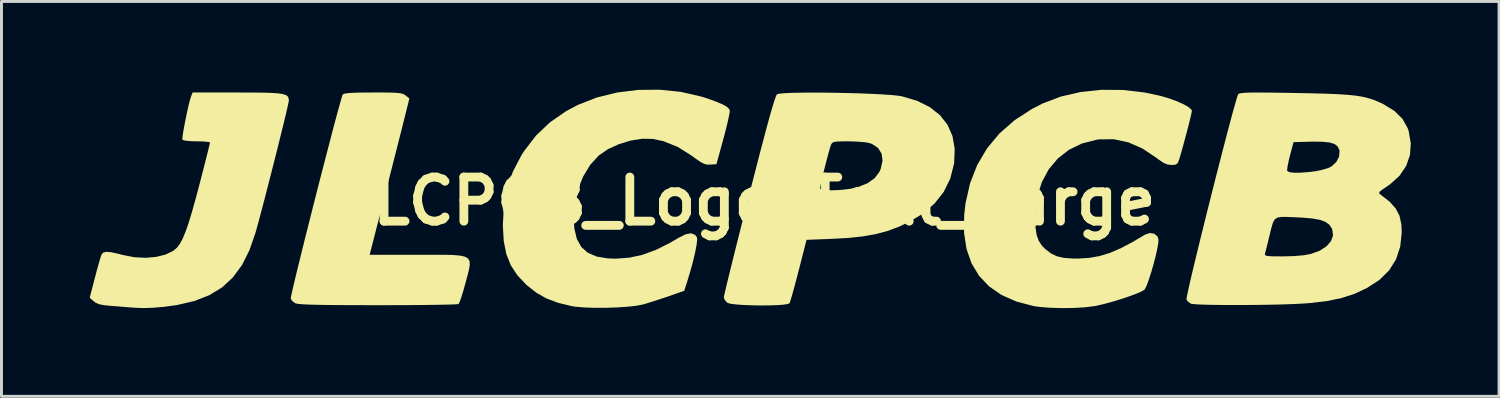
<source format=kicad_pcb>
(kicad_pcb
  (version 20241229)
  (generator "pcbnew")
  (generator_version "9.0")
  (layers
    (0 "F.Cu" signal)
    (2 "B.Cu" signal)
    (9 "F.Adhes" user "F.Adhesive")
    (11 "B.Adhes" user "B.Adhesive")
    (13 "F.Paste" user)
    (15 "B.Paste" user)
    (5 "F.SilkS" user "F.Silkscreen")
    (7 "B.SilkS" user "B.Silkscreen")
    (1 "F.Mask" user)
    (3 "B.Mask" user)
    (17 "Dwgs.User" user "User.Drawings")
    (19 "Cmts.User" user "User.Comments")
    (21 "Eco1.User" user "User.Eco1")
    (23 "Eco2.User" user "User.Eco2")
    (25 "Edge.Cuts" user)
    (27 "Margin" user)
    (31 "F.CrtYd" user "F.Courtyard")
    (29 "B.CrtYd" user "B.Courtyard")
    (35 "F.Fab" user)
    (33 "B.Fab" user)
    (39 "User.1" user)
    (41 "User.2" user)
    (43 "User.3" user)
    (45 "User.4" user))
  (footprint "JLCPCB_Logo_Text_Large"
    (layer "F.Cu")
    (at 22.365 3.792)
    (property "Reference" "JLCPCB_Logo_Text_Large" (at 0 0 0) (layer "F.SilkS") (effects (font (size 1.5 1.5) (thickness 0.3))))
    (attr board_only exclude_from_pos_files exclude_from_bom)
    (fp_poly (pts (xy -12.375 -3.697) (xy -12.114 -3.693) (xy -11.928 -3.684) (xy -11.8 -3.67) (xy -11.713 -3.649) (xy -11.652 -3.618) (xy -11.621 -3.595) (xy -11.495 -3.493) (xy -11.694 -2.698) (xy -11.756 -2.451) (xy -11.84 -2.119) (xy -11.941 -1.722) (xy -12.054 -1.279) (xy -12.173 -0.81) (xy -12.295 -0.332) (xy -12.37 -0.04) (xy -12.846 1.822) (xy -11.227 1.822) (xy -10.724 1.821) (xy -10.319 1.821) (xy -10.003 1.829) (xy -9.767 1.849) (xy -9.602 1.887) (xy -9.498 1.949) (xy -9.448 2.041) (xy -9.442 2.166) (xy -9.47 2.333) (xy -9.524 2.544) (xy -9.595 2.808) (xy -9.598 2.819) (xy -9.667 3.067) (xy -9.732 3.277) (xy -9.787 3.427) (xy -9.825 3.495) (xy -9.825 3.496) (xy -9.89 3.503) (xy -10.051 3.511) (xy -10.298 3.517) (xy -10.621 3.523) (xy -11.009 3.528) (xy -11.452 3.532) (xy -11.94 3.534) (xy -12.461 3.535) (xy -12.566 3.535) (xy -13.211 3.534) (xy -13.756 3.532) (xy -14.209 3.529) (xy -14.576 3.523) (xy -14.865 3.516) (xy -15.083 3.507) (xy -15.238 3.495) (xy -15.336 3.481) (xy -15.379 3.468) (xy -15.484 3.388) (xy -15.53 3.311) (xy -15.52 3.243) (xy -15.485 3.083) (xy -15.429 2.84) (xy -15.354 2.525) (xy -15.262 2.149) (xy -15.157 1.722) (xy -15.041 1.255) (xy -14.916 0.759) (xy -14.786 0.244) (xy -14.653 -0.279) (xy -14.52 -0.8) (xy -14.389 -1.307) (xy -14.263 -1.791) (xy -14.146 -2.241) (xy -14.039 -2.646) (xy -13.945 -2.996) (xy -13.867 -3.279) (xy -13.809 -3.486) (xy -13.771 -3.605) (xy -13.76 -3.63) (xy -13.706 -3.656) (xy -13.584 -3.675) (xy -13.385 -3.688) (xy -13.099 -3.695) (xy -12.726 -3.697)) (stroke (width 0) (type solid)) (fill yes) (layer "F.SilkS"))
    (fp_poly (pts (xy -16.867 -3.696) (xy -16.483 -3.692) (xy -16.184 -3.683) (xy -15.961 -3.668) (xy -15.802 -3.644) (xy -15.696 -3.611) (xy -15.633 -3.566) (xy -15.603 -3.507) (xy -15.594 -3.434) (xy -15.594 -3.419) (xy -15.607 -3.343) (xy -15.644 -3.176) (xy -15.701 -2.932) (xy -15.775 -2.624) (xy -15.864 -2.265) (xy -15.962 -1.868) (xy -16.068 -1.447) (xy -16.178 -1.014) (xy -16.289 -0.583) (xy -16.396 -0.166) (xy -16.497 0.222) (xy -16.589 0.568) (xy -16.668 0.86) (xy -16.728 1.072) (xy -16.933 1.666) (xy -17.186 2.169) (xy -17.494 2.588) (xy -17.862 2.929) (xy -18.299 3.195) (xy -18.81 3.394) (xy -19.404 3.531) (xy -19.827 3.589) (xy -20.223 3.623) (xy -20.56 3.633) (xy -20.883 3.619) (xy -21.006 3.609) (xy -21.15 3.597) (xy -21.359 3.58) (xy -21.594 3.562) (xy -21.638 3.559) (xy -21.882 3.535) (xy -22.047 3.502) (xy -22.163 3.451) (xy -22.224 3.405) (xy -22.365 3.284) (xy -22.186 2.593) (xy -22.116 2.328) (xy -22.051 2.096) (xy -21.998 1.917) (xy -21.964 1.816) (xy -21.96 1.809) (xy -21.903 1.746) (xy -21.802 1.721) (xy -21.641 1.733) (xy -21.405 1.784) (xy -21.234 1.829) (xy -20.852 1.904) (xy -20.468 1.924) (xy -20.105 1.893) (xy -19.783 1.813) (xy -19.524 1.687) (xy -19.391 1.573) (xy -19.298 1.446) (xy -19.204 1.271) (xy -19.107 1.038) (xy -19.002 0.738) (xy -18.887 0.361) (xy -18.757 -0.103) (xy -18.644 -0.529) (xy -18.547 -0.904) (xy -18.46 -1.245) (xy -18.385 -1.538) (xy -18.327 -1.77) (xy -18.289 -1.927) (xy -18.274 -1.995) (xy -18.273 -1.996) (xy -18.323 -2.014) (xy -18.454 -2.028) (xy -18.644 -2.036) (xy -18.725 -2.036) (xy -18.936 -2.042) (xy -19.103 -2.058) (xy -19.199 -2.081) (xy -19.211 -2.09) (xy -19.212 -2.159) (xy -19.193 -2.308) (xy -19.158 -2.513) (xy -19.112 -2.752) (xy -19.061 -3) (xy -19.009 -3.234) (xy -18.96 -3.429) (xy -18.919 -3.562) (xy -18.914 -3.577) (xy -18.865 -3.697) (xy -17.348 -3.697)) (stroke (width 0) (type solid)) (fill yes) (layer "F.SilkS"))
    (fp_poly (pts (xy -2.258 -3.717) (xy -1.563 -3.557) (xy -1.412 -3.509) (xy -1.084 -3.393) (xy -0.851 -3.295) (xy -0.699 -3.21) (xy -0.619 -3.131) (xy -0.601 -3.081) (xy -0.609 -2.995) (xy -0.643 -2.826) (xy -0.696 -2.593) (xy -0.766 -2.317) (xy -0.819 -2.117) (xy -1.054 -1.259) (xy -1.264 -1.245) (xy -1.374 -1.245) (xy -1.478 -1.272) (xy -1.601 -1.338) (xy -1.769 -1.453) (xy -1.89 -1.543) (xy -2.366 -1.844) (xy -2.855 -2.041) (xy -3.215 -2.118) (xy -3.577 -2.125) (xy -3.976 -2.061) (xy -4.378 -1.938) (xy -4.749 -1.766) (xy -5.055 -1.555) (xy -5.062 -1.549) (xy -5.346 -1.236) (xy -5.583 -0.847) (xy -5.763 -0.406) (xy -5.876 0.063) (xy -5.912 0.482) (xy -5.887 0.924) (xy -5.802 1.28) (xy -5.651 1.554) (xy -5.429 1.752) (xy -5.131 1.881) (xy -4.752 1.944) (xy -4.474 1.953) (xy -4.02 1.92) (xy -3.574 1.824) (xy -3.118 1.657) (xy -2.631 1.414) (xy -2.346 1.247) (xy -2.104 1.124) (xy -1.917 1.09) (xy -1.781 1.144) (xy -1.718 1.226) (xy -1.71 1.32) (xy -1.732 1.499) (xy -1.78 1.746) (xy -1.85 2.043) (xy -1.94 2.374) (xy -2.045 2.721) (xy -2.068 2.795) (xy -2.149 3.045) (xy -2.695 3.236) (xy -2.963 3.326) (xy -3.232 3.414) (xy -3.464 3.485) (xy -3.564 3.513) (xy -3.79 3.556) (xy -4.096 3.589) (xy -4.454 3.612) (xy -4.836 3.624) (xy -5.214 3.624) (xy -5.562 3.612) (xy -5.851 3.586) (xy -5.975 3.567) (xy -6.442 3.453) (xy -6.832 3.307) (xy -7.174 3.114) (xy -7.495 2.862) (xy -7.524 2.835) (xy -7.824 2.518) (xy -8.047 2.177) (xy -8.199 1.796) (xy -8.286 1.357) (xy -8.316 0.842) (xy -8.316 0.804) (xy -8.281 0.148) (xy -8.17 -0.448) (xy -7.976 -1.006) (xy -7.694 -1.548) (xy -7.6 -1.697) (xy -7.197 -2.224) (xy -6.724 -2.676) (xy -6.173 -3.058) (xy -5.771 -3.273) (xy -5.132 -3.524) (xy -4.44 -3.695) (xy -3.717 -3.785) (xy -2.983 -3.792)) (stroke (width 0) (type solid)) (fill yes) (layer "F.SilkS"))
    (fp_poly (pts (xy 12.767 -3.783) (xy 13.507 -3.697) (xy 14.032 -3.585) (xy 14.324 -3.5) (xy 14.594 -3.402) (xy 14.825 -3.299) (xy 14.998 -3.2) (xy 15.096 -3.114) (xy 15.111 -3.076) (xy 15.098 -2.997) (xy 15.061 -2.836) (xy 15.007 -2.616) (xy 14.941 -2.359) (xy 14.868 -2.087) (xy 14.796 -1.821) (xy 14.729 -1.585) (xy 14.675 -1.407) (xy 14.627 -1.291) (xy 14.552 -1.242) (xy 14.417 -1.232) (xy 14.282 -1.249) (xy 14.144 -1.307) (xy 13.973 -1.423) (xy 13.899 -1.48) (xy 13.426 -1.795) (xy 12.946 -2.004) (xy 12.459 -2.107) (xy 11.967 -2.104) (xy 11.868 -2.09) (xy 11.369 -1.961) (xy 10.928 -1.746) (xy 10.551 -1.451) (xy 10.243 -1.083) (xy 10.009 -0.648) (xy 9.855 -0.155) (xy 9.786 0.391) (xy 9.783 0.536) (xy 9.793 0.881) (xy 9.832 1.145) (xy 9.905 1.35) (xy 10.02 1.519) (xy 10.124 1.624) (xy 10.316 1.773) (xy 10.52 1.871) (xy 10.763 1.927) (xy 11.071 1.949) (xy 11.253 1.949) (xy 11.618 1.927) (xy 11.966 1.866) (xy 12.316 1.76) (xy 12.687 1.602) (xy 13.1 1.384) (xy 13.514 1.138) (xy 13.679 1.081) (xy 13.831 1.104) (xy 13.941 1.196) (xy 13.976 1.299) (xy 13.969 1.422) (xy 13.935 1.617) (xy 13.881 1.859) (xy 13.811 2.127) (xy 13.735 2.395) (xy 13.656 2.642) (xy 13.584 2.843) (xy 13.523 2.975) (xy 13.497 3.01) (xy 13.391 3.072) (xy 13.204 3.152) (xy 12.959 3.242) (xy 12.678 3.335) (xy 12.385 3.424) (xy 12.102 3.5) (xy 11.853 3.557) (xy 11.802 3.566) (xy 11.483 3.606) (xy 11.099 3.629) (xy 10.686 3.634) (xy 10.282 3.622) (xy 9.922 3.593) (xy 9.726 3.564) (xy 9.141 3.41) (xy 8.637 3.187) (xy 8.215 2.895) (xy 7.875 2.536) (xy 7.62 2.113) (xy 7.449 1.626) (xy 7.365 1.078) (xy 7.369 0.47) (xy 7.415 0.07) (xy 7.569 -0.61) (xy 7.813 -1.234) (xy 8.148 -1.8) (xy 8.572 -2.308) (xy 9.085 -2.756) (xy 9.685 -3.144) (xy 10.047 -3.328) (xy 10.657 -3.559) (xy 11.325 -3.713) (xy 12.034 -3.788)) (stroke (width 0) (type solid)) (fill yes) (layer "F.SilkS"))
    (fp_poly (pts (xy 2.592 -3.692) (xy 3.011 -3.687) (xy 3.434 -3.678) (xy 3.849 -3.666) (xy 4.24 -3.65) (xy 4.592 -3.632) (xy 4.892 -3.611) (xy 5.124 -3.588) (xy 5.251 -3.567) (xy 5.765 -3.416) (xy 6.197 -3.202) (xy 6.544 -2.928) (xy 6.803 -2.598) (xy 6.972 -2.215) (xy 7.047 -1.782) (xy 7.028 -1.304) (xy 7.022 -1.267) (xy 6.896 -0.769) (xy 6.674 -0.318) (xy 6.358 0.083) (xy 5.95 0.431) (xy 5.527 0.688) (xy 5.14 0.871) (xy 4.755 1.014) (xy 4.349 1.121) (xy 3.901 1.199) (xy 3.389 1.251) (xy 2.867 1.279) (xy 2.009 1.313) (xy 1.742 2.358) (xy 1.658 2.68) (xy 1.58 2.969) (xy 1.514 3.207) (xy 1.463 3.378) (xy 1.433 3.465) (xy 1.43 3.47) (xy 1.359 3.498) (xy 1.202 3.52) (xy 0.98 3.535) (xy 0.712 3.542) (xy 0.42 3.544) (xy 0.125 3.538) (xy -0.154 3.527) (xy -0.394 3.509) (xy -0.577 3.486) (xy -0.68 3.456) (xy -0.685 3.453) (xy -0.774 3.355) (xy -0.804 3.267) (xy -0.791 3.199) (xy -0.753 3.036) (xy -0.694 2.786) (xy -0.614 2.46) (xy -0.517 2.066) (xy -0.404 1.614) (xy -0.278 1.111) (xy -0.141 0.567) (xy 0.005 -0.008) (xy 0.054 -0.199) (xy 0.113 -0.432) (xy 2.465 -0.432) (xy 2.514 -0.397) (xy 2.646 -0.378) (xy 2.836 -0.371) (xy 3.062 -0.378) (xy 3.3 -0.397) (xy 3.525 -0.427) (xy 3.716 -0.468) (xy 3.748 -0.477) (xy 4.083 -0.612) (xy 4.326 -0.784) (xy 4.488 -1.002) (xy 4.53 -1.095) (xy 4.593 -1.374) (xy 4.562 -1.616) (xy 4.441 -1.81) (xy 4.237 -1.946) (xy 4.14 -1.98) (xy 3.997 -2.005) (xy 3.783 -2.024) (xy 3.534 -2.035) (xy 3.415 -2.036) (xy 3.173 -2.035) (xy 3.017 -2.027) (xy 2.924 -2.008) (xy 2.873 -1.974) (xy 2.842 -1.92) (xy 2.84 -1.916) (xy 2.809 -1.822) (xy 2.761 -1.653) (xy 2.702 -1.433) (xy 2.639 -1.188) (xy 2.577 -0.942) (xy 2.524 -0.719) (xy 2.485 -0.544) (xy 2.466 -0.443) (xy 2.465 -0.432) (xy 0.113 -0.432) (xy 0.245 -0.945) (xy 0.411 -1.591) (xy 0.556 -2.14) (xy 0.678 -2.597) (xy 0.78 -2.965) (xy 0.863 -3.249) (xy 0.927 -3.453) (xy 0.973 -3.58) (xy 1.004 -3.635) (xy 1.005 -3.636) (xy 1.087 -3.657) (xy 1.261 -3.673) (xy 1.513 -3.685) (xy 1.829 -3.691) (xy 2.193 -3.694)) (stroke (width 0) (type solid)) (fill yes) (layer "F.SilkS"))
    (fp_poly (pts (xy 17.558 -3.695) (xy 17.935 -3.691) (xy 18.404 -3.684) (xy 18.621 -3.68) (xy 19.193 -3.669) (xy 19.671 -3.656) (xy 20.067 -3.64) (xy 20.394 -3.619) (xy 20.665 -3.592) (xy 20.892 -3.557) (xy 21.088 -3.511) (xy 21.266 -3.455) (xy 21.439 -3.386) (xy 21.619 -3.302) (xy 21.633 -3.295) (xy 22.001 -3.069) (xy 22.272 -2.8) (xy 22.448 -2.487) (xy 22.481 -2.391) (xy 22.555 -1.97) (xy 22.527 -1.57) (xy 22.398 -1.199) (xy 22.171 -0.865) (xy 21.85 -0.575) (xy 21.77 -0.52) (xy 21.599 -0.405) (xy 21.505 -0.332) (xy 21.477 -0.285) (xy 21.501 -0.245) (xy 21.542 -0.214) (xy 21.839 0.019) (xy 22.044 0.249) (xy 22.172 0.498) (xy 22.235 0.79) (xy 22.247 1.064) (xy 22.196 1.542) (xy 22.054 1.972) (xy 21.821 2.347) (xy 21.503 2.662) (xy 21.448 2.703) (xy 21.064 2.95) (xy 20.655 3.144) (xy 20.202 3.291) (xy 19.69 3.397) (xy 19.1 3.465) (xy 18.782 3.486) (xy 18.463 3.5) (xy 18.096 3.512) (xy 17.696 3.52) (xy 17.278 3.526) (xy 16.856 3.529) (xy 16.447 3.529) (xy 16.064 3.527) (xy 15.723 3.522) (xy 15.439 3.514) (xy 15.226 3.503) (xy 15.1 3.49) (xy 15.079 3.484) (xy 14.971 3.406) (xy 14.928 3.341) (xy 14.935 3.275) (xy 14.967 3.116) (xy 15.02 2.874) (xy 15.092 2.56) (xy 15.181 2.184) (xy 15.269 1.822) (xy 17.594 1.822) (xy 17.623 1.848) (xy 17.702 1.864) (xy 17.847 1.873) (xy 18.076 1.875) (xy 18.205 1.876) (xy 18.591 1.865) (xy 18.92 1.836) (xy 19.157 1.793) (xy 19.458 1.683) (xy 19.69 1.532) (xy 19.845 1.354) (xy 19.912 1.157) (xy 19.883 0.955) (xy 19.871 0.926) (xy 19.785 0.799) (xy 19.655 0.703) (xy 19.467 0.634) (xy 19.207 0.587) (xy 18.86 0.557) (xy 18.672 0.548) (xy 18.374 0.535) (xy 18.164 0.533) (xy 18.022 0.556) (xy 17.929 0.617) (xy 17.866 0.732) (xy 17.812 0.914) (xy 17.749 1.178) (xy 17.736 1.232) (xy 17.682 1.45) (xy 17.635 1.636) (xy 17.603 1.759) (xy 17.597 1.782) (xy 17.594 1.822) (xy 15.269 1.822) (xy 15.284 1.758) (xy 15.398 1.291) (xy 15.521 0.795) (xy 15.649 0.28) (xy 15.781 -0.245) (xy 15.913 -0.767) (xy 15.986 -1.052) (xy 18.349 -1.052) (xy 18.352 -1.032) (xy 18.421 -0.99) (xy 18.58 -0.969) (xy 18.811 -0.97) (xy 19.099 -0.993) (xy 19.313 -1.02) (xy 19.531 -1.064) (xy 19.731 -1.124) (xy 19.856 -1.18) (xy 20.021 -1.331) (xy 20.118 -1.521) (xy 20.132 -1.717) (xy 20.127 -1.74) (xy 20.07 -1.86) (xy 19.962 -1.945) (xy 19.789 -1.998) (xy 19.537 -2.023) (xy 19.194 -2.025) (xy 19.17 -2.025) (xy 18.568 -2.009) (xy 18.447 -1.554) (xy 18.396 -1.341) (xy 18.362 -1.165) (xy 18.349 -1.052) (xy 15.986 -1.052) (xy 16.044 -1.277) (xy 16.169 -1.763) (xy 16.287 -2.216) (xy 16.395 -2.625) (xy 16.49 -2.98) (xy 16.57 -3.268) (xy 16.632 -3.482) (xy 16.673 -3.608) (xy 16.687 -3.639) (xy 16.717 -3.659) (xy 16.78 -3.674) (xy 16.886 -3.685) (xy 17.044 -3.693) (xy 17.265 -3.696)) (stroke (width 0) (type solid)) (fill yes) (layer "F.SilkS")))
  (gr_rect
    (start -3 -3)
    (end 47.921 10.427)
    (stroke (width 0.1) (type default))
    (fill no)
    (layer "Edge.Cuts")))
</source>
